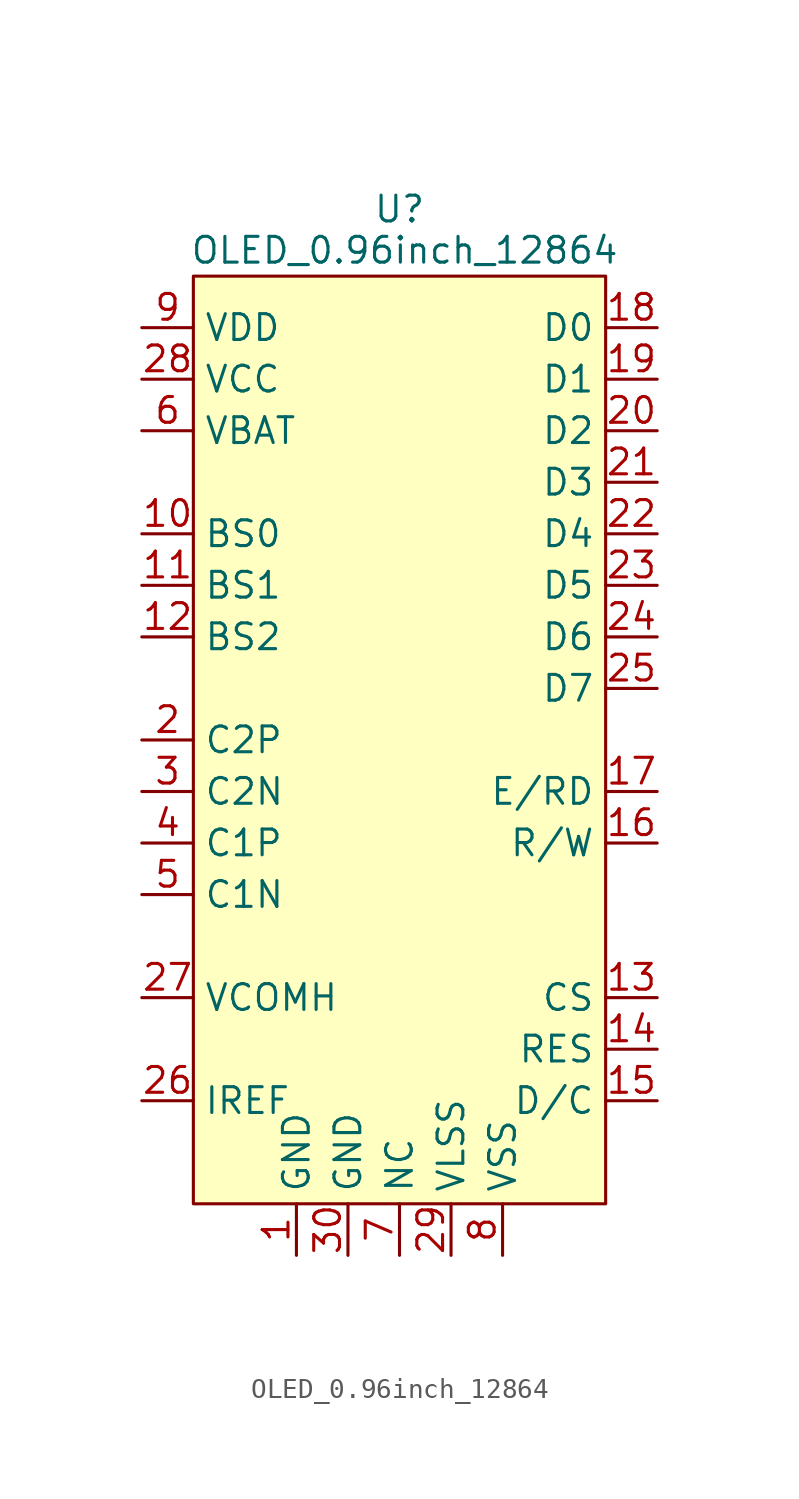
<source format=kicad_sym>
(kicad_symbol_lib
  (version 20231120)
  (generator "kicad_symbol_editor")
  (generator_version "8.0")
  (symbol "OLED_0.96inch_12864"
    (property "Reference" "U"
      (at 0 28.702 0)
      (effects (font (size 1.27 1.27))))
    (property "Value" "OLED_0.96inch_12864"
      (at 0.254 26.67 0)
      (effects (font (size 1.27 1.27))))
    (symbol "OLED_0.96inch_12864_1_1"
      (rectangle (start -10.16 25.4) (end 10.16 -20.32) (stroke (width 0) (type default)) (fill (type background)))
      (pin bidirectional line (at -5.08 -22.86 90) (length 2.54) (name "GND" (effects (font (size 1.27 1.27)))) (number "1" (effects (font (size 1.27 1.27)))))
      (pin bidirectional line (at -12.7 12.7 0) (length 2.54) (name "BS0" (effects (font (size 1.27 1.27)))) (number "10" (effects (font (size 1.27 1.27)))))
      (pin bidirectional line (at -12.7 10.16 0) (length 2.54) (name "BS1" (effects (font (size 1.27 1.27)))) (number "11" (effects (font (size 1.27 1.27)))))
      (pin bidirectional line (at -12.7 7.62 0) (length 2.54) (name "BS2" (effects (font (size 1.27 1.27)))) (number "12" (effects (font (size 1.27 1.27)))))
      (pin bidirectional line (at 12.7 -10.16 180) (length 2.54) (name "CS" (effects (font (size 1.27 1.27)))) (number "13" (effects (font (size 1.27 1.27)))))
      (pin bidirectional line (at 12.7 -12.7 180) (length 2.54) (name "RES" (effects (font (size 1.27 1.27)))) (number "14" (effects (font (size 1.27 1.27)))))
      (pin bidirectional line (at 12.7 -15.24 180) (length 2.54) (name "D/C" (effects (font (size 1.27 1.27)))) (number "15" (effects (font (size 1.27 1.27)))))
      (pin bidirectional line (at 12.7 -2.54 180) (length 2.54) (name "R/W" (effects (font (size 1.27 1.27)))) (number "16" (effects (font (size 1.27 1.27)))))
      (pin bidirectional line (at 12.7 0 180) (length 2.54) (name "E/RD" (effects (font (size 1.27 1.27)))) (number "17" (effects (font (size 1.27 1.27)))))
      (pin bidirectional line (at 12.7 22.86 180) (length 2.54) (name "D0" (effects (font (size 1.27 1.27)))) (number "18" (effects (font (size 1.27 1.27)))))
      (pin bidirectional line (at 12.7 20.32 180) (length 2.54) (name "D1" (effects (font (size 1.27 1.27)))) (number "19" (effects (font (size 1.27 1.27)))))
      (pin bidirectional line (at -12.7 2.54 0) (length 2.54) (name "C2P" (effects (font (size 1.27 1.27)))) (number "2" (effects (font (size 1.27 1.27)))))
      (pin bidirectional line (at 12.7 17.78 180) (length 2.54) (name "D2" (effects (font (size 1.27 1.27)))) (number "20" (effects (font (size 1.27 1.27)))))
      (pin bidirectional line (at 12.7 15.24 180) (length 2.54) (name "D3" (effects (font (size 1.27 1.27)))) (number "21" (effects (font (size 1.27 1.27)))))
      (pin bidirectional line (at 12.7 12.7 180) (length 2.54) (name "D4" (effects (font (size 1.27 1.27)))) (number "22" (effects (font (size 1.27 1.27)))))
      (pin bidirectional line (at 12.7 10.16 180) (length 2.54) (name "D5" (effects (font (size 1.27 1.27)))) (number "23" (effects (font (size 1.27 1.27)))))
      (pin bidirectional line (at 12.7 7.62 180) (length 2.54) (name "D6" (effects (font (size 1.27 1.27)))) (number "24" (effects (font (size 1.27 1.27)))))
      (pin bidirectional line (at 12.7 5.08 180) (length 2.54) (name "D7" (effects (font (size 1.27 1.27)))) (number "25" (effects (font (size 1.27 1.27)))))
      (pin bidirectional line (at -12.7 -15.24 0) (length 2.54) (name "IREF" (effects (font (size 1.27 1.27)))) (number "26" (effects (font (size 1.27 1.27)))))
      (pin bidirectional line (at -12.7 -10.16 0) (length 2.54) (name "VCOMH" (effects (font (size 1.27 1.27)))) (number "27" (effects (font (size 1.27 1.27)))))
      (pin bidirectional line (at -12.7 20.32 0) (length 2.54) (name "VCC" (effects (font (size 1.27 1.27)))) (number "28" (effects (font (size 1.27 1.27)))))
      (pin bidirectional line (at 2.54 -22.86 90) (length 2.54) (name "VLSS" (effects (font (size 1.27 1.27)))) (number "29" (effects (font (size 1.27 1.27)))))
      (pin bidirectional line (at -12.7 0 0) (length 2.54) (name "C2N" (effects (font (size 1.27 1.27)))) (number "3" (effects (font (size 1.27 1.27)))))
      (pin bidirectional line (at -2.54 -22.86 90) (length 2.54) (name "GND" (effects (font (size 1.27 1.27)))) (number "30" (effects (font (size 1.27 1.27)))))
      (pin bidirectional line (at -12.7 -2.54 0) (length 2.54) (name "C1P" (effects (font (size 1.27 1.27)))) (number "4" (effects (font (size 1.27 1.27)))))
      (pin bidirectional line (at -12.7 -5.08 0) (length 2.54) (name "C1N" (effects (font (size 1.27 1.27)))) (number "5" (effects (font (size 1.27 1.27)))))
      (pin bidirectional line (at -12.7 17.78 0) (length 2.54) (name "VBAT" (effects (font (size 1.27 1.27)))) (number "6" (effects (font (size 1.27 1.27)))))
      (pin bidirectional line (at 0 -22.86 90) (length 2.54) (name "NC" (effects (font (size 1.27 1.27)))) (number "7" (effects (font (size 1.27 1.27)))))
      (pin bidirectional line (at 5.08 -22.86 90) (length 2.54) (name "VSS" (effects (font (size 1.27 1.27)))) (number "8" (effects (font (size 1.27 1.27)))))
      (pin bidirectional line (at -12.7 22.86 0) (length 2.54) (name "VDD" (effects (font (size 1.27 1.27)))) (number "9" (effects (font (size 1.27 1.27))))))))
</source>
